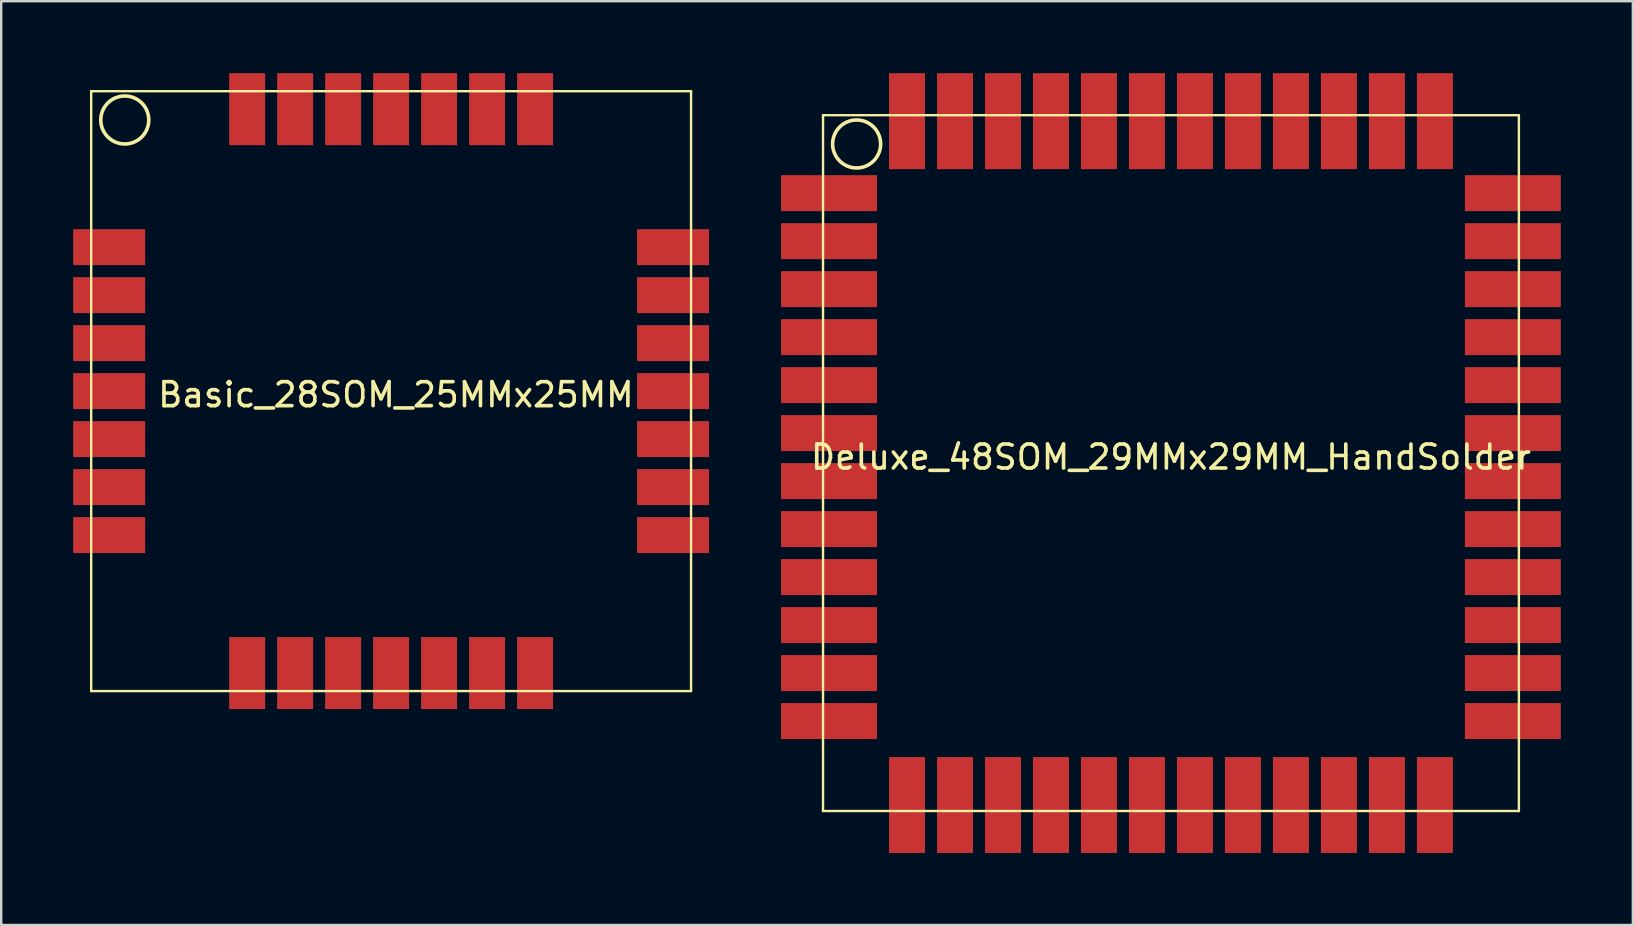
<source format=kicad_pcb>
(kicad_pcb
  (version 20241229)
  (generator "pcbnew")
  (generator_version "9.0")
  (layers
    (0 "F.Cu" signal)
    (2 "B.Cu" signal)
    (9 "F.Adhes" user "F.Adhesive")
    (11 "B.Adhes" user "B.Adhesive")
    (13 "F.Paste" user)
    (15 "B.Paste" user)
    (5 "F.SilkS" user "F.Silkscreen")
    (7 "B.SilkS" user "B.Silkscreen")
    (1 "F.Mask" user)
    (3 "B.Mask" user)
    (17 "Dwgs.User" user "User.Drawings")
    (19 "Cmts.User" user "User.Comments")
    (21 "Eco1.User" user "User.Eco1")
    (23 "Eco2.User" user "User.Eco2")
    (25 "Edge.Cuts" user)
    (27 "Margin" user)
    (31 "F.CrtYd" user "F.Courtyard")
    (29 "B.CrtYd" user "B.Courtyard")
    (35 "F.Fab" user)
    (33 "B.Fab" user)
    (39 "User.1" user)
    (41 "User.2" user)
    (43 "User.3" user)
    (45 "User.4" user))
  (footprint "Deluxe_48SOM_29MMx29MM_HandSolder"
    (layer "F.Cu")
    (at 31.25 1.75)
    (property "Reference" "Deluxe_48SOM_29MMx29MM_HandSolder" (at 14.5 14.25 0) (layer "F.SilkS") (effects (font (size 1 1) (thickness 0.15))))
    (attr through_hole)
    (fp_line (start 0 0) (end 29 0) (stroke (width 0.1) (type solid)) (layer "F.SilkS"))
    (fp_line (start 0 29) (end 0 0) (stroke (width 0.1) (type solid)) (layer "F.SilkS"))
    (fp_line (start 29 0) (end 29 29) (stroke (width 0.1) (type solid)) (layer "F.SilkS"))
    (fp_line (start 29 29) (end 0 29) (stroke (width 0.1) (type solid)) (layer "F.SilkS"))
    (fp_circle (center 1.4 1.2) (end 2.4 1.2) (stroke (width 0.15) (type solid)) (fill no) (layer "F.SilkS"))
    (pad "1" smd rect (at 0.25 3.25) (size 4 1.5) (layers "F.Cu" "F.Mask" "F.Paste"))
    (pad "2" smd rect (at 0.25 5.25) (size 4 1.5) (layers "F.Cu" "F.Mask" "F.Paste"))
    (pad "3" smd rect (at 0.25 7.25) (size 4 1.5) (layers "F.Cu" "F.Mask" "F.Paste"))
    (pad "4" smd rect (at 0.25 9.25) (size 4 1.5) (layers "F.Cu" "F.Mask" "F.Paste"))
    (pad "5" smd rect (at 0.25 11.25) (size 4 1.5) (layers "F.Cu" "F.Mask" "F.Paste"))
    (pad "6" smd rect (at 0.25 13.25) (size 4 1.5) (layers "F.Cu" "F.Mask" "F.Paste"))
    (pad "7" smd rect (at 0.25 15.25) (size 4 1.5) (layers "F.Cu" "F.Mask" "F.Paste"))
    (pad "8" smd rect (at 0.25 17.25) (size 4 1.5) (layers "F.Cu" "F.Mask" "F.Paste"))
    (pad "9" smd rect (at 0.25 19.25) (size 4 1.5) (layers "F.Cu" "F.Mask" "F.Paste"))
    (pad "10" smd rect (at 0.25 21.25) (size 4 1.5) (layers "F.Cu" "F.Mask" "F.Paste"))
    (pad "11" smd rect (at 0.25 23.25) (size 4 1.5) (layers "F.Cu" "F.Mask" "F.Paste"))
    (pad "12" smd rect (at 0.25 25.25) (size 4 1.5) (layers "F.Cu" "F.Mask" "F.Paste"))
    (pad "13" smd rect (at 3.5 28.75 270) (size 4 1.5) (layers "F.Cu" "F.Mask" "F.Paste"))
    (pad "14" smd rect (at 5.5 28.75 270) (size 4 1.5) (layers "F.Cu" "F.Mask" "F.Paste"))
    (pad "15" smd rect (at 7.5 28.75 270) (size 4 1.5) (layers "F.Cu" "F.Mask" "F.Paste"))
    (pad "16" smd rect (at 9.5 28.75 270) (size 4 1.5) (layers "F.Cu" "F.Mask" "F.Paste"))
    (pad "17" smd rect (at 11.5 28.75 270) (size 4 1.5) (layers "F.Cu" "F.Mask" "F.Paste"))
    (pad "18" smd rect (at 13.5 28.75 270) (size 4 1.5) (layers "F.Cu" "F.Mask" "F.Paste"))
    (pad "19" smd rect (at 15.5 28.75 270) (size 4 1.5) (layers "F.Cu" "F.Mask" "F.Paste"))
    (pad "20" smd rect (at 17.5 28.75 270) (size 4 1.5) (layers "F.Cu" "F.Mask" "F.Paste"))
    (pad "21" smd rect (at 19.5 28.75 270) (size 4 1.5) (layers "F.Cu" "F.Mask" "F.Paste"))
    (pad "22" smd rect (at 21.5 28.75 270) (size 4 1.5) (layers "F.Cu" "F.Mask" "F.Paste"))
    (pad "23" smd rect (at 23.5 28.75 270) (size 4 1.5) (layers "F.Cu" "F.Mask" "F.Paste"))
    (pad "24" smd rect (at 25.5 28.75 270) (size 4 1.5) (layers "F.Cu" "F.Mask" "F.Paste"))
    (pad "25" smd rect (at 28.75 25.25 180) (size 4 1.5) (layers "F.Cu" "F.Mask" "F.Paste"))
    (pad "26" smd rect (at 28.75 23.25 180) (size 4 1.5) (layers "F.Cu" "F.Mask" "F.Paste"))
    (pad "27" smd rect (at 28.75 21.25 180) (size 4 1.5) (layers "F.Cu" "F.Mask" "F.Paste"))
    (pad "28" smd rect (at 28.75 19.25 180) (size 4 1.5) (layers "F.Cu" "F.Mask" "F.Paste"))
    (pad "29" smd rect (at 28.75 17.25 180) (size 4 1.5) (layers "F.Cu" "F.Mask" "F.Paste"))
    (pad "30" smd rect (at 28.75 15.25 180) (size 4 1.5) (layers "F.Cu" "F.Mask" "F.Paste"))
    (pad "31" smd rect (at 28.75 13.25 180) (size 4 1.5) (layers "F.Cu" "F.Mask" "F.Paste"))
    (pad "32" smd rect (at 28.75 11.25 180) (size 4 1.5) (layers "F.Cu" "F.Mask" "F.Paste"))
    (pad "33" smd rect (at 28.75 9.25 180) (size 4 1.5) (layers "F.Cu" "F.Mask" "F.Paste"))
    (pad "34" smd rect (at 28.75 7.25 180) (size 4 1.5) (layers "F.Cu" "F.Mask" "F.Paste"))
    (pad "35" smd rect (at 28.75 5.25 180) (size 4 1.5) (layers "F.Cu" "F.Mask" "F.Paste"))
    (pad "36" smd rect (at 28.75 3.25 180) (size 4 1.5) (layers "F.Cu" "F.Mask" "F.Paste"))
    (pad "37" smd rect (at 25.5 0.25 270) (size 4 1.5) (layers "F.Cu" "F.Mask" "F.Paste"))
    (pad "38" smd rect (at 23.5 0.25 270) (size 4 1.5) (layers "F.Cu" "F.Mask" "F.Paste"))
    (pad "39" smd rect (at 21.5 0.25 270) (size 4 1.5) (layers "F.Cu" "F.Mask" "F.Paste"))
    (pad "40" smd rect (at 19.5 0.25 270) (size 4 1.5) (layers "F.Cu" "F.Mask" "F.Paste"))
    (pad "41" smd rect (at 17.5 0.25 270) (size 4 1.5) (layers "F.Cu" "F.Mask" "F.Paste"))
    (pad "42" smd rect (at 15.5 0.25 270) (size 4 1.5) (layers "F.Cu" "F.Mask" "F.Paste"))
    (pad "43" smd rect (at 13.5 0.25 270) (size 4 1.5) (layers "F.Cu" "F.Mask" "F.Paste"))
    (pad "44" smd rect (at 11.5 0.25 270) (size 4 1.5) (layers "F.Cu" "F.Mask" "F.Paste"))
    (pad "45" smd rect (at 9.5 0.25 270) (size 4 1.5) (layers "F.Cu" "F.Mask" "F.Paste"))
    (pad "46" smd rect (at 7.5 0.25 270) (size 4 1.5) (layers "F.Cu" "F.Mask" "F.Paste"))
    (pad "47" smd rect (at 5.5 0.25 270) (size 4 1.5) (layers "F.Cu" "F.Mask" "F.Paste"))
    (pad "48" smd rect (at 3.5 0.25 270) (size 4 1.5) (layers "F.Cu" "F.Mask" "F.Paste")))
  (footprint "Basic_28SOM_25MMx25MM"
    (layer "F.Cu")
    (at 0.75 0.75)
    (property "Reference" "Basic_28SOM_25MMx25MM" (at 12.7 12.65 0) (layer "F.SilkS") (effects (font (size 1 1) (thickness 0.15))))
    (attr through_hole)
    (fp_line (start 0 0) (end 25 0) (stroke (width 0.1) (type solid)) (layer "F.SilkS"))
    (fp_line (start 0 25) (end 0 0) (stroke (width 0.1) (type solid)) (layer "F.SilkS"))
    (fp_line (start 25 0) (end 25 25) (stroke (width 0.1) (type solid)) (layer "F.SilkS"))
    (fp_line (start 25 25) (end 0 25) (stroke (width 0.1) (type solid)) (layer "F.SilkS"))
    (fp_circle (center 1.4 1.2) (end 2.4 1.2) (stroke (width 0.15) (type solid)) (fill no) (layer "F.SilkS"))
    (pad "1" smd rect (at 0.75 6.5) (size 3 1.5) (layers "F.Cu" "F.Mask" "F.Paste"))
    (pad "2" smd rect (at 0.75 8.5) (size 3 1.5) (layers "F.Cu" "F.Mask" "F.Paste"))
    (pad "3" smd rect (at 0.75 10.5) (size 3 1.5) (layers "F.Cu" "F.Mask" "F.Paste"))
    (pad "4" smd rect (at 0.75 12.5) (size 3 1.5) (layers "F.Cu" "F.Mask" "F.Paste"))
    (pad "5" smd rect (at 0.75 14.5) (size 3 1.5) (layers "F.Cu" "F.Mask" "F.Paste"))
    (pad "6" smd rect (at 0.75 16.5) (size 3 1.5) (layers "F.Cu" "F.Mask" "F.Paste"))
    (pad "7" smd rect (at 0.75 18.5) (size 3 1.5) (layers "F.Cu" "F.Mask" "F.Paste"))
    (pad "8" smd rect (at 6.5 24.25 270) (size 3 1.5) (layers "F.Cu" "F.Mask" "F.Paste"))
    (pad "9" smd rect (at 8.5 24.25 270) (size 3 1.5) (layers "F.Cu" "F.Mask" "F.Paste"))
    (pad "10" smd rect (at 10.5 24.25 270) (size 3 1.5) (layers "F.Cu" "F.Mask" "F.Paste"))
    (pad "11" smd rect (at 12.5 24.25 270) (size 3 1.5) (layers "F.Cu" "F.Mask" "F.Paste"))
    (pad "12" smd rect (at 14.5 24.25 270) (size 3 1.5) (layers "F.Cu" "F.Mask" "F.Paste"))
    (pad "13" smd rect (at 16.5 24.25 270) (size 3 1.5) (layers "F.Cu" "F.Mask" "F.Paste"))
    (pad "14" smd rect (at 18.5 24.25 270) (size 3 1.5) (layers "F.Cu" "F.Mask" "F.Paste"))
    (pad "15" smd rect (at 24.25 18.5 180) (size 3 1.5) (layers "F.Cu" "F.Mask" "F.Paste"))
    (pad "16" smd rect (at 24.25 16.5 180) (size 3 1.5) (layers "F.Cu" "F.Mask" "F.Paste"))
    (pad "17" smd rect (at 24.25 14.5 180) (size 3 1.5) (layers "F.Cu" "F.Mask" "F.Paste"))
    (pad "18" smd rect (at 24.25 12.5 180) (size 3 1.5) (layers "F.Cu" "F.Mask" "F.Paste"))
    (pad "19" smd rect (at 24.25 10.5 180) (size 3 1.5) (layers "F.Cu" "F.Mask" "F.Paste"))
    (pad "20" smd rect (at 24.25 8.5 180) (size 3 1.5) (layers "F.Cu" "F.Mask" "F.Paste"))
    (pad "21" smd rect (at 24.25 6.5 180) (size 3 1.5) (layers "F.Cu" "F.Mask" "F.Paste"))
    (pad "22" smd rect (at 18.5 0.75 270) (size 3 1.5) (layers "F.Cu" "F.Mask" "F.Paste"))
    (pad "23" smd rect (at 16.5 0.75 270) (size 3 1.5) (layers "F.Cu" "F.Mask" "F.Paste"))
    (pad "24" smd rect (at 14.5 0.75 270) (size 3 1.5) (layers "F.Cu" "F.Mask" "F.Paste"))
    (pad "25" smd rect (at 12.5 0.75 270) (size 3 1.5) (layers "F.Cu" "F.Mask" "F.Paste"))
    (pad "26" smd rect (at 10.5 0.75 270) (size 3 1.5) (layers "F.Cu" "F.Mask" "F.Paste"))
    (pad "27" smd rect (at 8.5 0.75 270) (size 3 1.5) (layers "F.Cu" "F.Mask" "F.Paste"))
    (pad "28" smd rect (at 6.5 0.75 270) (size 3 1.5) (layers "F.Cu" "F.Mask" "F.Paste")))
  (gr_rect
    (start -3 -3)
    (end 65 35.5)
    (stroke (width 0.1) (type default))
    (fill no)
    (layer "Edge.Cuts")))
</source>
